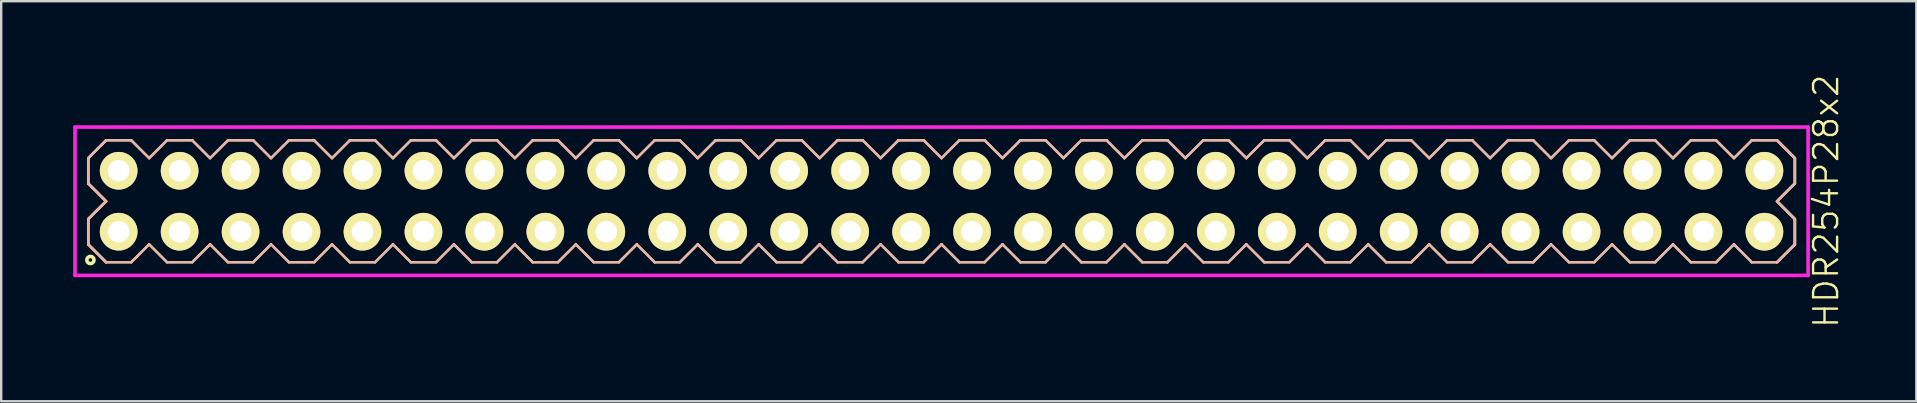
<source format=kicad_pcb>
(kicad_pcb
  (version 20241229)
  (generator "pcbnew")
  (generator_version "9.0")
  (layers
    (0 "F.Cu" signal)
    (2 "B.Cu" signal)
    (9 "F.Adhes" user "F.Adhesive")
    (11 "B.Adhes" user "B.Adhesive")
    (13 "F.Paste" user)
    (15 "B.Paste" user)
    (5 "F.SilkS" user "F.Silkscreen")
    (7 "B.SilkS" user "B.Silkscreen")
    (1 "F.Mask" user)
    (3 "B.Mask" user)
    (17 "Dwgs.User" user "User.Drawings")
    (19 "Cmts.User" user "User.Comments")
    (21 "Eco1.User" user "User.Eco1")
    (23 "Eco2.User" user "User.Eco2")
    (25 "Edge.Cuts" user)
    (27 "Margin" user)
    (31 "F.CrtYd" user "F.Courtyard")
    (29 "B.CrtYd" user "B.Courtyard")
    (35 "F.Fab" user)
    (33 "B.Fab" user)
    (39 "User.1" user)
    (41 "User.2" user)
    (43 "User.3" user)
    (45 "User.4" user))
  (footprint "HDR254P28x2"
    (layer "F.Cu")
    (at 36.185 5.336)
    (property "Reference" "HDR254P28x2" (at 36.86 0 90) (layer "F.SilkS") (effects (font (size 1 1) (thickness 0.1))))
    (attr through_hole)
    (fp_line (start -35.56 -1.796) (end -34.816 -2.54) (stroke (width 0.1) (type solid)) (layer "F.SilkS"))
    (fp_line (start -35.56 -1.796) (end -34.816 -2.54) (stroke (width 0.1) (type solid)) (layer "F.SilkS"))
    (fp_line (start -35.56 -0.744) (end -35.56 -1.796) (stroke (width 0.1) (type solid)) (layer "F.SilkS"))
    (fp_line (start -35.56 -0.744) (end -35.56 -1.796) (stroke (width 0.1) (type solid)) (layer "F.SilkS"))
    (fp_line (start -35.56 0.744) (end -34.816 0) (stroke (width 0.1) (type solid)) (layer "F.SilkS"))
    (fp_line (start -35.56 0.744) (end -34.816 0) (stroke (width 0.1) (type solid)) (layer "F.SilkS"))
    (fp_line (start -35.56 1.796) (end -35.56 0.744) (stroke (width 0.1) (type solid)) (layer "F.SilkS"))
    (fp_line (start -35.56 1.796) (end -35.56 0.744) (stroke (width 0.1) (type solid)) (layer "F.SilkS"))
    (fp_line (start -34.816 -2.54) (end -33.764 -2.54) (stroke (width 0.1) (type solid)) (layer "F.SilkS"))
    (fp_line (start -34.816 0) (end -35.56 -0.744) (stroke (width 0.1) (type solid)) (layer "F.SilkS"))
    (fp_line (start -34.816 0) (end -35.56 -0.744) (stroke (width 0.1) (type solid)) (layer "F.SilkS"))
    (fp_line (start -34.816 2.54) (end -35.56 1.796) (stroke (width 0.1) (type solid)) (layer "F.SilkS"))
    (fp_line (start -34.816 2.54) (end -35.56 1.796) (stroke (width 0.1) (type solid)) (layer "F.SilkS"))
    (fp_line (start -33.764 -2.54) (end -33.02 -1.796) (stroke (width 0.1) (type solid)) (layer "F.SilkS"))
    (fp_line (start -33.764 2.54) (end -34.816 2.54) (stroke (width 0.1) (type solid)) (layer "F.SilkS"))
    (fp_line (start -33.02 -1.796) (end -32.276 -2.54) (stroke (width 0.1) (type solid)) (layer "F.SilkS"))
    (fp_line (start -33.02 1.796) (end -33.764 2.54) (stroke (width 0.1) (type solid)) (layer "F.SilkS"))
    (fp_line (start -32.276 -2.54) (end -31.224 -2.54) (stroke (width 0.1) (type solid)) (layer "F.SilkS"))
    (fp_line (start -32.276 2.54) (end -33.02 1.796) (stroke (width 0.1) (type solid)) (layer "F.SilkS"))
    (fp_line (start -31.224 -2.54) (end -30.48 -1.796) (stroke (width 0.1) (type solid)) (layer "F.SilkS"))
    (fp_line (start -31.224 2.54) (end -32.276 2.54) (stroke (width 0.1) (type solid)) (layer "F.SilkS"))
    (fp_line (start -30.48 -1.796) (end -29.736 -2.54) (stroke (width 0.1) (type solid)) (layer "F.SilkS"))
    (fp_line (start -30.48 1.796) (end -31.224 2.54) (stroke (width 0.1) (type solid)) (layer "F.SilkS"))
    (fp_line (start -29.736 -2.54) (end -28.684 -2.54) (stroke (width 0.1) (type solid)) (layer "F.SilkS"))
    (fp_line (start -29.736 2.54) (end -30.48 1.796) (stroke (width 0.1) (type solid)) (layer "F.SilkS"))
    (fp_line (start -28.684 -2.54) (end -27.94 -1.796) (stroke (width 0.1) (type solid)) (layer "F.SilkS"))
    (fp_line (start -28.684 2.54) (end -29.736 2.54) (stroke (width 0.1) (type solid)) (layer "F.SilkS"))
    (fp_line (start -27.94 -1.796) (end -27.196 -2.54) (stroke (width 0.1) (type solid)) (layer "F.SilkS"))
    (fp_line (start -27.94 1.796) (end -28.684 2.54) (stroke (width 0.1) (type solid)) (layer "F.SilkS"))
    (fp_line (start -27.196 -2.54) (end -26.144 -2.54) (stroke (width 0.1) (type solid)) (layer "F.SilkS"))
    (fp_line (start -27.196 2.54) (end -27.94 1.796) (stroke (width 0.1) (type solid)) (layer "F.SilkS"))
    (fp_line (start -26.144 -2.54) (end -25.4 -1.796) (stroke (width 0.1) (type solid)) (layer "F.SilkS"))
    (fp_line (start -26.144 2.54) (end -27.196 2.54) (stroke (width 0.1) (type solid)) (layer "F.SilkS"))
    (fp_line (start -25.4 -1.796) (end -24.656 -2.54) (stroke (width 0.1) (type solid)) (layer "F.SilkS"))
    (fp_line (start -25.4 1.796) (end -26.144 2.54) (stroke (width 0.1) (type solid)) (layer "F.SilkS"))
    (fp_line (start -24.656 -2.54) (end -23.604 -2.54) (stroke (width 0.1) (type solid)) (layer "F.SilkS"))
    (fp_line (start -24.656 2.54) (end -25.4 1.796) (stroke (width 0.1) (type solid)) (layer "F.SilkS"))
    (fp_line (start -23.604 -2.54) (end -22.86 -1.796) (stroke (width 0.1) (type solid)) (layer "F.SilkS"))
    (fp_line (start -23.604 2.54) (end -24.656 2.54) (stroke (width 0.1) (type solid)) (layer "F.SilkS"))
    (fp_line (start -22.86 -1.796) (end -22.116 -2.54) (stroke (width 0.1) (type solid)) (layer "F.SilkS"))
    (fp_line (start -22.86 1.796) (end -23.604 2.54) (stroke (width 0.1) (type solid)) (layer "F.SilkS"))
    (fp_line (start -22.116 -2.54) (end -21.064 -2.54) (stroke (width 0.1) (type solid)) (layer "F.SilkS"))
    (fp_line (start -22.116 2.54) (end -22.86 1.796) (stroke (width 0.1) (type solid)) (layer "F.SilkS"))
    (fp_line (start -21.064 -2.54) (end -20.32 -1.796) (stroke (width 0.1) (type solid)) (layer "F.SilkS"))
    (fp_line (start -21.064 2.54) (end -22.116 2.54) (stroke (width 0.1) (type solid)) (layer "F.SilkS"))
    (fp_line (start -20.32 -1.796) (end -19.576 -2.54) (stroke (width 0.1) (type solid)) (layer "F.SilkS"))
    (fp_line (start -20.32 1.796) (end -21.064 2.54) (stroke (width 0.1) (type solid)) (layer "F.SilkS"))
    (fp_line (start -19.576 -2.54) (end -18.524 -2.54) (stroke (width 0.1) (type solid)) (layer "F.SilkS"))
    (fp_line (start -19.576 2.54) (end -20.32 1.796) (stroke (width 0.1) (type solid)) (layer "F.SilkS"))
    (fp_line (start -18.524 -2.54) (end -17.78 -1.796) (stroke (width 0.1) (type solid)) (layer "F.SilkS"))
    (fp_line (start -18.524 2.54) (end -19.576 2.54) (stroke (width 0.1) (type solid)) (layer "F.SilkS"))
    (fp_line (start -17.78 -1.796) (end -17.036 -2.54) (stroke (width 0.1) (type solid)) (layer "F.SilkS"))
    (fp_line (start -17.78 1.796) (end -18.524 2.54) (stroke (width 0.1) (type solid)) (layer "F.SilkS"))
    (fp_line (start -17.036 -2.54) (end -15.984 -2.54) (stroke (width 0.1) (type solid)) (layer "F.SilkS"))
    (fp_line (start -17.036 2.54) (end -17.78 1.796) (stroke (width 0.1) (type solid)) (layer "F.SilkS"))
    (fp_line (start -15.984 -2.54) (end -15.24 -1.796) (stroke (width 0.1) (type solid)) (layer "F.SilkS"))
    (fp_line (start -15.984 2.54) (end -17.036 2.54) (stroke (width 0.1) (type solid)) (layer "F.SilkS"))
    (fp_line (start -15.24 -1.796) (end -14.496 -2.54) (stroke (width 0.1) (type solid)) (layer "F.SilkS"))
    (fp_line (start -15.24 1.796) (end -15.984 2.54) (stroke (width 0.1) (type solid)) (layer "F.SilkS"))
    (fp_line (start -14.496 -2.54) (end -13.444 -2.54) (stroke (width 0.1) (type solid)) (layer "F.SilkS"))
    (fp_line (start -14.496 2.54) (end -15.24 1.796) (stroke (width 0.1) (type solid)) (layer "F.SilkS"))
    (fp_line (start -13.444 -2.54) (end -12.7 -1.796) (stroke (width 0.1) (type solid)) (layer "F.SilkS"))
    (fp_line (start -13.444 2.54) (end -14.496 2.54) (stroke (width 0.1) (type solid)) (layer "F.SilkS"))
    (fp_line (start -12.7 -1.796) (end -11.956 -2.54) (stroke (width 0.1) (type solid)) (layer "F.SilkS"))
    (fp_line (start -12.7 1.796) (end -13.444 2.54) (stroke (width 0.1) (type solid)) (layer "F.SilkS"))
    (fp_line (start -11.956 -2.54) (end -10.904 -2.54) (stroke (width 0.1) (type solid)) (layer "F.SilkS"))
    (fp_line (start -11.956 2.54) (end -12.7 1.796) (stroke (width 0.1) (type solid)) (layer "F.SilkS"))
    (fp_line (start -10.904 -2.54) (end -10.16 -1.796) (stroke (width 0.1) (type solid)) (layer "F.SilkS"))
    (fp_line (start -10.904 2.54) (end -11.956 2.54) (stroke (width 0.1) (type solid)) (layer "F.SilkS"))
    (fp_line (start -10.16 -1.796) (end -9.416 -2.54) (stroke (width 0.1) (type solid)) (layer "F.SilkS"))
    (fp_line (start -10.16 1.796) (end -10.904 2.54) (stroke (width 0.1) (type solid)) (layer "F.SilkS"))
    (fp_line (start -9.416 -2.54) (end -8.364 -2.54) (stroke (width 0.1) (type solid)) (layer "F.SilkS"))
    (fp_line (start -9.416 2.54) (end -10.16 1.796) (stroke (width 0.1) (type solid)) (layer "F.SilkS"))
    (fp_line (start -8.364 -2.54) (end -7.62 -1.796) (stroke (width 0.1) (type solid)) (layer "F.SilkS"))
    (fp_line (start -8.364 2.54) (end -9.416 2.54) (stroke (width 0.1) (type solid)) (layer "F.SilkS"))
    (fp_line (start -7.62 -1.796) (end -6.876 -2.54) (stroke (width 0.1) (type solid)) (layer "F.SilkS"))
    (fp_line (start -7.62 1.796) (end -8.364 2.54) (stroke (width 0.1) (type solid)) (layer "F.SilkS"))
    (fp_line (start -6.876 -2.54) (end -5.824 -2.54) (stroke (width 0.1) (type solid)) (layer "F.SilkS"))
    (fp_line (start -6.876 2.54) (end -7.62 1.796) (stroke (width 0.1) (type solid)) (layer "F.SilkS"))
    (fp_line (start -5.824 -2.54) (end -5.08 -1.796) (stroke (width 0.1) (type solid)) (layer "F.SilkS"))
    (fp_line (start -5.824 2.54) (end -6.876 2.54) (stroke (width 0.1) (type solid)) (layer "F.SilkS"))
    (fp_line (start -5.08 -1.796) (end -4.336 -2.54) (stroke (width 0.1) (type solid)) (layer "F.SilkS"))
    (fp_line (start -5.08 1.796) (end -5.824 2.54) (stroke (width 0.1) (type solid)) (layer "F.SilkS"))
    (fp_line (start -4.336 -2.54) (end -3.284 -2.54) (stroke (width 0.1) (type solid)) (layer "F.SilkS"))
    (fp_line (start -4.336 2.54) (end -5.08 1.796) (stroke (width 0.1) (type solid)) (layer "F.SilkS"))
    (fp_line (start -3.284 -2.54) (end -2.54 -1.796) (stroke (width 0.1) (type solid)) (layer "F.SilkS"))
    (fp_line (start -3.284 2.54) (end -4.336 2.54) (stroke (width 0.1) (type solid)) (layer "F.SilkS"))
    (fp_line (start -2.54 -1.796) (end -1.796 -2.54) (stroke (width 0.1) (type solid)) (layer "F.SilkS"))
    (fp_line (start -2.54 1.796) (end -3.284 2.54) (stroke (width 0.1) (type solid)) (layer "F.SilkS"))
    (fp_line (start -1.796 -2.54) (end -0.744 -2.54) (stroke (width 0.1) (type solid)) (layer "F.SilkS"))
    (fp_line (start -1.796 2.54) (end -2.54 1.796) (stroke (width 0.1) (type solid)) (layer "F.SilkS"))
    (fp_line (start -0.744 -2.54) (end 0 -1.796) (stroke (width 0.1) (type solid)) (layer "F.SilkS"))
    (fp_line (start -0.744 2.54) (end -1.796 2.54) (stroke (width 0.1) (type solid)) (layer "F.SilkS"))
    (fp_line (start 0 -1.796) (end 0.744 -2.54) (stroke (width 0.1) (type solid)) (layer "F.SilkS"))
    (fp_line (start 0 1.796) (end -0.744 2.54) (stroke (width 0.1) (type solid)) (layer "F.SilkS"))
    (fp_line (start 0.744 -2.54) (end 1.796 -2.54) (stroke (width 0.1) (type solid)) (layer "F.SilkS"))
    (fp_line (start 0.744 2.54) (end 0 1.796) (stroke (width 0.1) (type solid)) (layer "F.SilkS"))
    (fp_line (start 1.796 -2.54) (end 2.54 -1.796) (stroke (width 0.1) (type solid)) (layer "F.SilkS"))
    (fp_line (start 1.796 2.54) (end 0.744 2.54) (stroke (width 0.1) (type solid)) (layer "F.SilkS"))
    (fp_line (start 2.54 -1.796) (end 3.284 -2.54) (stroke (width 0.1) (type solid)) (layer "F.SilkS"))
    (fp_line (start 2.54 1.796) (end 1.796 2.54) (stroke (width 0.1) (type solid)) (layer "F.SilkS"))
    (fp_line (start 3.284 -2.54) (end 4.336 -2.54) (stroke (width 0.1) (type solid)) (layer "F.SilkS"))
    (fp_line (start 3.284 2.54) (end 2.54 1.796) (stroke (width 0.1) (type solid)) (layer "F.SilkS"))
    (fp_line (start 4.336 -2.54) (end 5.08 -1.796) (stroke (width 0.1) (type solid)) (layer "F.SilkS"))
    (fp_line (start 4.336 2.54) (end 3.284 2.54) (stroke (width 0.1) (type solid)) (layer "F.SilkS"))
    (fp_line (start 5.08 -1.796) (end 5.824 -2.54) (stroke (width 0.1) (type solid)) (layer "F.SilkS"))
    (fp_line (start 5.08 1.796) (end 4.336 2.54) (stroke (width 0.1) (type solid)) (layer "F.SilkS"))
    (fp_line (start 5.824 -2.54) (end 6.876 -2.54) (stroke (width 0.1) (type solid)) (layer "F.SilkS"))
    (fp_line (start 5.824 2.54) (end 5.08 1.796) (stroke (width 0.1) (type solid)) (layer "F.SilkS"))
    (fp_line (start 6.876 -2.54) (end 7.62 -1.796) (stroke (width 0.1) (type solid)) (layer "F.SilkS"))
    (fp_line (start 6.876 2.54) (end 5.824 2.54) (stroke (width 0.1) (type solid)) (layer "F.SilkS"))
    (fp_line (start 7.62 -1.796) (end 8.364 -2.54) (stroke (width 0.1) (type solid)) (layer "F.SilkS"))
    (fp_line (start 7.62 1.796) (end 6.876 2.54) (stroke (width 0.1) (type solid)) (layer "F.SilkS"))
    (fp_line (start 8.364 -2.54) (end 9.416 -2.54) (stroke (width 0.1) (type solid)) (layer "F.SilkS"))
    (fp_line (start 8.364 2.54) (end 7.62 1.796) (stroke (width 0.1) (type solid)) (layer "F.SilkS"))
    (fp_line (start 9.416 -2.54) (end 10.16 -1.796) (stroke (width 0.1) (type solid)) (layer "F.SilkS"))
    (fp_line (start 9.416 2.54) (end 8.364 2.54) (stroke (width 0.1) (type solid)) (layer "F.SilkS"))
    (fp_line (start 10.16 -1.796) (end 10.904 -2.54) (stroke (width 0.1) (type solid)) (layer "F.SilkS"))
    (fp_line (start 10.16 1.796) (end 9.416 2.54) (stroke (width 0.1) (type solid)) (layer "F.SilkS"))
    (fp_line (start 10.904 -2.54) (end 11.956 -2.54) (stroke (width 0.1) (type solid)) (layer "F.SilkS"))
    (fp_line (start 10.904 2.54) (end 10.16 1.796) (stroke (width 0.1) (type solid)) (layer "F.SilkS"))
    (fp_line (start 11.956 -2.54) (end 12.7 -1.796) (stroke (width 0.1) (type solid)) (layer "F.SilkS"))
    (fp_line (start 11.956 2.54) (end 10.904 2.54) (stroke (width 0.1) (type solid)) (layer "F.SilkS"))
    (fp_line (start 12.7 -1.796) (end 13.444 -2.54) (stroke (width 0.1) (type solid)) (layer "F.SilkS"))
    (fp_line (start 12.7 1.796) (end 11.956 2.54) (stroke (width 0.1) (type solid)) (layer "F.SilkS"))
    (fp_line (start 13.444 -2.54) (end 14.496 -2.54) (stroke (width 0.1) (type solid)) (layer "F.SilkS"))
    (fp_line (start 13.444 2.54) (end 12.7 1.796) (stroke (width 0.1) (type solid)) (layer "F.SilkS"))
    (fp_line (start 14.496 -2.54) (end 15.24 -1.796) (stroke (width 0.1) (type solid)) (layer "F.SilkS"))
    (fp_line (start 14.496 2.54) (end 13.444 2.54) (stroke (width 0.1) (type solid)) (layer "F.SilkS"))
    (fp_line (start 15.24 -1.796) (end 15.984 -2.54) (stroke (width 0.1) (type solid)) (layer "F.SilkS"))
    (fp_line (start 15.24 1.796) (end 14.496 2.54) (stroke (width 0.1) (type solid)) (layer "F.SilkS"))
    (fp_line (start 15.984 -2.54) (end 17.036 -2.54) (stroke (width 0.1) (type solid)) (layer "F.SilkS"))
    (fp_line (start 15.984 2.54) (end 15.24 1.796) (stroke (width 0.1) (type solid)) (layer "F.SilkS"))
    (fp_line (start 17.036 -2.54) (end 17.78 -1.796) (stroke (width 0.1) (type solid)) (layer "F.SilkS"))
    (fp_line (start 17.036 2.54) (end 15.984 2.54) (stroke (width 0.1) (type solid)) (layer "F.SilkS"))
    (fp_line (start 17.78 -1.796) (end 18.524 -2.54) (stroke (width 0.1) (type solid)) (layer "F.SilkS"))
    (fp_line (start 17.78 1.796) (end 17.036 2.54) (stroke (width 0.1) (type solid)) (layer "F.SilkS"))
    (fp_line (start 18.524 -2.54) (end 19.576 -2.54) (stroke (width 0.1) (type solid)) (layer "F.SilkS"))
    (fp_line (start 18.524 2.54) (end 17.78 1.796) (stroke (width 0.1) (type solid)) (layer "F.SilkS"))
    (fp_line (start 19.576 -2.54) (end 20.32 -1.796) (stroke (width 0.1) (type solid)) (layer "F.SilkS"))
    (fp_line (start 19.576 2.54) (end 18.524 2.54) (stroke (width 0.1) (type solid)) (layer "F.SilkS"))
    (fp_line (start 20.32 -1.796) (end 21.064 -2.54) (stroke (width 0.1) (type solid)) (layer "F.SilkS"))
    (fp_line (start 20.32 1.796) (end 19.576 2.54) (stroke (width 0.1) (type solid)) (layer "F.SilkS"))
    (fp_line (start 21.064 -2.54) (end 22.116 -2.54) (stroke (width 0.1) (type solid)) (layer "F.SilkS"))
    (fp_line (start 21.064 2.54) (end 20.32 1.796) (stroke (width 0.1) (type solid)) (layer "F.SilkS"))
    (fp_line (start 22.116 -2.54) (end 22.86 -1.796) (stroke (width 0.1) (type solid)) (layer "F.SilkS"))
    (fp_line (start 22.116 2.54) (end 21.064 2.54) (stroke (width 0.1) (type solid)) (layer "F.SilkS"))
    (fp_line (start 22.86 -1.796) (end 23.604 -2.54) (stroke (width 0.1) (type solid)) (layer "F.SilkS"))
    (fp_line (start 22.86 1.796) (end 22.116 2.54) (stroke (width 0.1) (type solid)) (layer "F.SilkS"))
    (fp_line (start 23.604 -2.54) (end 24.656 -2.54) (stroke (width 0.1) (type solid)) (layer "F.SilkS"))
    (fp_line (start 23.604 2.54) (end 22.86 1.796) (stroke (width 0.1) (type solid)) (layer "F.SilkS"))
    (fp_line (start 24.656 -2.54) (end 25.4 -1.796) (stroke (width 0.1) (type solid)) (layer "F.SilkS"))
    (fp_line (start 24.656 2.54) (end 23.604 2.54) (stroke (width 0.1) (type solid)) (layer "F.SilkS"))
    (fp_line (start 25.4 -1.796) (end 26.144 -2.54) (stroke (width 0.1) (type solid)) (layer "F.SilkS"))
    (fp_line (start 25.4 1.796) (end 24.656 2.54) (stroke (width 0.1) (type solid)) (layer "F.SilkS"))
    (fp_line (start 26.144 -2.54) (end 27.196 -2.54) (stroke (width 0.1) (type solid)) (layer "F.SilkS"))
    (fp_line (start 26.144 2.54) (end 25.4 1.796) (stroke (width 0.1) (type solid)) (layer "F.SilkS"))
    (fp_line (start 27.196 -2.54) (end 27.94 -1.796) (stroke (width 0.1) (type solid)) (layer "F.SilkS"))
    (fp_line (start 27.196 2.54) (end 26.144 2.54) (stroke (width 0.1) (type solid)) (layer "F.SilkS"))
    (fp_line (start 27.94 -1.796) (end 28.684 -2.54) (stroke (width 0.1) (type solid)) (layer "F.SilkS"))
    (fp_line (start 27.94 1.796) (end 27.196 2.54) (stroke (width 0.1) (type solid)) (layer "F.SilkS"))
    (fp_line (start 28.684 -2.54) (end 29.736 -2.54) (stroke (width 0.1) (type solid)) (layer "F.SilkS"))
    (fp_line (start 28.684 2.54) (end 27.94 1.796) (stroke (width 0.1) (type solid)) (layer "F.SilkS"))
    (fp_line (start 29.736 -2.54) (end 30.48 -1.796) (stroke (width 0.1) (type solid)) (layer "F.SilkS"))
    (fp_line (start 29.736 2.54) (end 28.684 2.54) (stroke (width 0.1) (type solid)) (layer "F.SilkS"))
    (fp_line (start 30.48 -1.796) (end 31.224 -2.54) (stroke (width 0.1) (type solid)) (layer "F.SilkS"))
    (fp_line (start 30.48 1.796) (end 29.736 2.54) (stroke (width 0.1) (type solid)) (layer "F.SilkS"))
    (fp_line (start 31.224 -2.54) (end 32.276 -2.54) (stroke (width 0.1) (type solid)) (layer "F.SilkS"))
    (fp_line (start 31.224 2.54) (end 30.48 1.796) (stroke (width 0.1) (type solid)) (layer "F.SilkS"))
    (fp_line (start 32.276 -2.54) (end 33.02 -1.796) (stroke (width 0.1) (type solid)) (layer "F.SilkS"))
    (fp_line (start 32.276 2.54) (end 31.224 2.54) (stroke (width 0.1) (type solid)) (layer "F.SilkS"))
    (fp_line (start 33.02 -1.796) (end 33.764 -2.54) (stroke (width 0.1) (type solid)) (layer "F.SilkS"))
    (fp_line (start 33.02 1.796) (end 32.276 2.54) (stroke (width 0.1) (type solid)) (layer "F.SilkS"))
    (fp_line (start 33.764 -2.54) (end 34.816 -2.54) (stroke (width 0.1) (type solid)) (layer "F.SilkS"))
    (fp_line (start 33.764 2.54) (end 33.02 1.796) (stroke (width 0.1) (type solid)) (layer "F.SilkS"))
    (fp_line (start 34.816 -2.54) (end 35.56 -1.796) (stroke (width 0.1) (type solid)) (layer "F.SilkS"))
    (fp_line (start 34.816 -2.54) (end 35.56 -1.796) (stroke (width 0.1) (type solid)) (layer "F.SilkS"))
    (fp_line (start 34.816 0) (end 35.56 0.744) (stroke (width 0.1) (type solid)) (layer "F.SilkS"))
    (fp_line (start 34.816 0) (end 35.56 0.744) (stroke (width 0.1) (type solid)) (layer "F.SilkS"))
    (fp_line (start 34.816 2.54) (end 33.764 2.54) (stroke (width 0.1) (type solid)) (layer "F.SilkS"))
    (fp_line (start 35.56 -1.796) (end 35.56 -0.744) (stroke (width 0.1) (type solid)) (layer "F.SilkS"))
    (fp_line (start 35.56 -1.796) (end 35.56 -0.744) (stroke (width 0.1) (type solid)) (layer "F.SilkS"))
    (fp_line (start 35.56 -0.744) (end 34.816 0) (stroke (width 0.1) (type solid)) (layer "F.SilkS"))
    (fp_line (start 35.56 -0.744) (end 34.816 0) (stroke (width 0.1) (type solid)) (layer "F.SilkS"))
    (fp_line (start 35.56 0.744) (end 35.56 1.796) (stroke (width 0.1) (type solid)) (layer "F.SilkS"))
    (fp_line (start 35.56 0.744) (end 35.56 1.796) (stroke (width 0.1) (type solid)) (layer "F.SilkS"))
    (fp_line (start 35.56 1.796) (end 34.816 2.54) (stroke (width 0.1) (type solid)) (layer "F.SilkS"))
    (fp_line (start 35.56 1.796) (end 34.816 2.54) (stroke (width 0.1) (type solid)) (layer "F.SilkS"))
    (fp_circle (center -35.467 2.448) (end -35.317 2.448) (stroke (width 0.15) (type solid)) (fill no) (layer "F.SilkS"))
    (fp_line (start -35.56 -1.796) (end -34.816 -2.54) (stroke (width 0.1) (type solid)) (layer "B.SilkS"))
    (fp_line (start -35.56 -1.796) (end -34.816 -2.54) (stroke (width 0.1) (type solid)) (layer "B.SilkS"))
    (fp_line (start -35.56 -0.744) (end -35.56 -1.796) (stroke (width 0.1) (type solid)) (layer "B.SilkS"))
    (fp_line (start -35.56 -0.744) (end -35.56 -1.796) (stroke (width 0.1) (type solid)) (layer "B.SilkS"))
    (fp_line (start -35.56 0.744) (end -34.816 0) (stroke (width 0.1) (type solid)) (layer "B.SilkS"))
    (fp_line (start -35.56 0.744) (end -34.816 0) (stroke (width 0.1) (type solid)) (layer "B.SilkS"))
    (fp_line (start -35.56 1.796) (end -35.56 0.744) (stroke (width 0.1) (type solid)) (layer "B.SilkS"))
    (fp_line (start -35.56 1.796) (end -35.56 0.744) (stroke (width 0.1) (type solid)) (layer "B.SilkS"))
    (fp_line (start -34.816 -2.54) (end -33.764 -2.54) (stroke (width 0.1) (type solid)) (layer "B.SilkS"))
    (fp_line (start -34.816 0) (end -35.56 -0.744) (stroke (width 0.1) (type solid)) (layer "B.SilkS"))
    (fp_line (start -34.816 0) (end -35.56 -0.744) (stroke (width 0.1) (type solid)) (layer "B.SilkS"))
    (fp_line (start -34.816 2.54) (end -35.56 1.796) (stroke (width 0.1) (type solid)) (layer "B.SilkS"))
    (fp_line (start -34.816 2.54) (end -35.56 1.796) (stroke (width 0.1) (type solid)) (layer "B.SilkS"))
    (fp_line (start -33.764 -2.54) (end -33.02 -1.796) (stroke (width 0.1) (type solid)) (layer "B.SilkS"))
    (fp_line (start -33.764 2.54) (end -34.816 2.54) (stroke (width 0.1) (type solid)) (layer "B.SilkS"))
    (fp_line (start -33.02 -1.796) (end -32.276 -2.54) (stroke (width 0.1) (type solid)) (layer "B.SilkS"))
    (fp_line (start -33.02 1.796) (end -33.764 2.54) (stroke (width 0.1) (type solid)) (layer "B.SilkS"))
    (fp_line (start -32.276 -2.54) (end -31.224 -2.54) (stroke (width 0.1) (type solid)) (layer "B.SilkS"))
    (fp_line (start -32.276 2.54) (end -33.02 1.796) (stroke (width 0.1) (type solid)) (layer "B.SilkS"))
    (fp_line (start -31.224 -2.54) (end -30.48 -1.796) (stroke (width 0.1) (type solid)) (layer "B.SilkS"))
    (fp_line (start -31.224 2.54) (end -32.276 2.54) (stroke (width 0.1) (type solid)) (layer "B.SilkS"))
    (fp_line (start -30.48 -1.796) (end -29.736 -2.54) (stroke (width 0.1) (type solid)) (layer "B.SilkS"))
    (fp_line (start -30.48 1.796) (end -31.224 2.54) (stroke (width 0.1) (type solid)) (layer "B.SilkS"))
    (fp_line (start -29.736 -2.54) (end -28.684 -2.54) (stroke (width 0.1) (type solid)) (layer "B.SilkS"))
    (fp_line (start -29.736 2.54) (end -30.48 1.796) (stroke (width 0.1) (type solid)) (layer "B.SilkS"))
    (fp_line (start -28.684 -2.54) (end -27.94 -1.796) (stroke (width 0.1) (type solid)) (layer "B.SilkS"))
    (fp_line (start -28.684 2.54) (end -29.736 2.54) (stroke (width 0.1) (type solid)) (layer "B.SilkS"))
    (fp_line (start -27.94 -1.796) (end -27.196 -2.54) (stroke (width 0.1) (type solid)) (layer "B.SilkS"))
    (fp_line (start -27.94 1.796) (end -28.684 2.54) (stroke (width 0.1) (type solid)) (layer "B.SilkS"))
    (fp_line (start -27.196 -2.54) (end -26.144 -2.54) (stroke (width 0.1) (type solid)) (layer "B.SilkS"))
    (fp_line (start -27.196 2.54) (end -27.94 1.796) (stroke (width 0.1) (type solid)) (layer "B.SilkS"))
    (fp_line (start -26.144 -2.54) (end -25.4 -1.796) (stroke (width 0.1) (type solid)) (layer "B.SilkS"))
    (fp_line (start -26.144 2.54) (end -27.196 2.54) (stroke (width 0.1) (type solid)) (layer "B.SilkS"))
    (fp_line (start -25.4 -1.796) (end -24.656 -2.54) (stroke (width 0.1) (type solid)) (layer "B.SilkS"))
    (fp_line (start -25.4 1.796) (end -26.144 2.54) (stroke (width 0.1) (type solid)) (layer "B.SilkS"))
    (fp_line (start -24.656 -2.54) (end -23.604 -2.54) (stroke (width 0.1) (type solid)) (layer "B.SilkS"))
    (fp_line (start -24.656 2.54) (end -25.4 1.796) (stroke (width 0.1) (type solid)) (layer "B.SilkS"))
    (fp_line (start -23.604 -2.54) (end -22.86 -1.796) (stroke (width 0.1) (type solid)) (layer "B.SilkS"))
    (fp_line (start -23.604 2.54) (end -24.656 2.54) (stroke (width 0.1) (type solid)) (layer "B.SilkS"))
    (fp_line (start -22.86 -1.796) (end -22.116 -2.54) (stroke (width 0.1) (type solid)) (layer "B.SilkS"))
    (fp_line (start -22.86 1.796) (end -23.604 2.54) (stroke (width 0.1) (type solid)) (layer "B.SilkS"))
    (fp_line (start -22.116 -2.54) (end -21.064 -2.54) (stroke (width 0.1) (type solid)) (layer "B.SilkS"))
    (fp_line (start -22.116 2.54) (end -22.86 1.796) (stroke (width 0.1) (type solid)) (layer "B.SilkS"))
    (fp_line (start -21.064 -2.54) (end -20.32 -1.796) (stroke (width 0.1) (type solid)) (layer "B.SilkS"))
    (fp_line (start -21.064 2.54) (end -22.116 2.54) (stroke (width 0.1) (type solid)) (layer "B.SilkS"))
    (fp_line (start -20.32 -1.796) (end -19.576 -2.54) (stroke (width 0.1) (type solid)) (layer "B.SilkS"))
    (fp_line (start -20.32 1.796) (end -21.064 2.54) (stroke (width 0.1) (type solid)) (layer "B.SilkS"))
    (fp_line (start -19.576 -2.54) (end -18.524 -2.54) (stroke (width 0.1) (type solid)) (layer "B.SilkS"))
    (fp_line (start -19.576 2.54) (end -20.32 1.796) (stroke (width 0.1) (type solid)) (layer "B.SilkS"))
    (fp_line (start -18.524 -2.54) (end -17.78 -1.796) (stroke (width 0.1) (type solid)) (layer "B.SilkS"))
    (fp_line (start -18.524 2.54) (end -19.576 2.54) (stroke (width 0.1) (type solid)) (layer "B.SilkS"))
    (fp_line (start -17.78 -1.796) (end -17.036 -2.54) (stroke (width 0.1) (type solid)) (layer "B.SilkS"))
    (fp_line (start -17.78 1.796) (end -18.524 2.54) (stroke (width 0.1) (type solid)) (layer "B.SilkS"))
    (fp_line (start -17.036 -2.54) (end -15.984 -2.54) (stroke (width 0.1) (type solid)) (layer "B.SilkS"))
    (fp_line (start -17.036 2.54) (end -17.78 1.796) (stroke (width 0.1) (type solid)) (layer "B.SilkS"))
    (fp_line (start -15.984 -2.54) (end -15.24 -1.796) (stroke (width 0.1) (type solid)) (layer "B.SilkS"))
    (fp_line (start -15.984 2.54) (end -17.036 2.54) (stroke (width 0.1) (type solid)) (layer "B.SilkS"))
    (fp_line (start -15.24 -1.796) (end -14.496 -2.54) (stroke (width 0.1) (type solid)) (layer "B.SilkS"))
    (fp_line (start -15.24 1.796) (end -15.984 2.54) (stroke (width 0.1) (type solid)) (layer "B.SilkS"))
    (fp_line (start -14.496 -2.54) (end -13.444 -2.54) (stroke (width 0.1) (type solid)) (layer "B.SilkS"))
    (fp_line (start -14.496 2.54) (end -15.24 1.796) (stroke (width 0.1) (type solid)) (layer "B.SilkS"))
    (fp_line (start -13.444 -2.54) (end -12.7 -1.796) (stroke (width 0.1) (type solid)) (layer "B.SilkS"))
    (fp_line (start -13.444 2.54) (end -14.496 2.54) (stroke (width 0.1) (type solid)) (layer "B.SilkS"))
    (fp_line (start -12.7 -1.796) (end -11.956 -2.54) (stroke (width 0.1) (type solid)) (layer "B.SilkS"))
    (fp_line (start -12.7 1.796) (end -13.444 2.54) (stroke (width 0.1) (type solid)) (layer "B.SilkS"))
    (fp_line (start -11.956 -2.54) (end -10.904 -2.54) (stroke (width 0.1) (type solid)) (layer "B.SilkS"))
    (fp_line (start -11.956 2.54) (end -12.7 1.796) (stroke (width 0.1) (type solid)) (layer "B.SilkS"))
    (fp_line (start -10.904 -2.54) (end -10.16 -1.796) (stroke (width 0.1) (type solid)) (layer "B.SilkS"))
    (fp_line (start -10.904 2.54) (end -11.956 2.54) (stroke (width 0.1) (type solid)) (layer "B.SilkS"))
    (fp_line (start -10.16 -1.796) (end -9.416 -2.54) (stroke (width 0.1) (type solid)) (layer "B.SilkS"))
    (fp_line (start -10.16 1.796) (end -10.904 2.54) (stroke (width 0.1) (type solid)) (layer "B.SilkS"))
    (fp_line (start -9.416 -2.54) (end -8.364 -2.54) (stroke (width 0.1) (type solid)) (layer "B.SilkS"))
    (fp_line (start -9.416 2.54) (end -10.16 1.796) (stroke (width 0.1) (type solid)) (layer "B.SilkS"))
    (fp_line (start -8.364 -2.54) (end -7.62 -1.796) (stroke (width 0.1) (type solid)) (layer "B.SilkS"))
    (fp_line (start -8.364 2.54) (end -9.416 2.54) (stroke (width 0.1) (type solid)) (layer "B.SilkS"))
    (fp_line (start -7.62 -1.796) (end -6.876 -2.54) (stroke (width 0.1) (type solid)) (layer "B.SilkS"))
    (fp_line (start -7.62 1.796) (end -8.364 2.54) (stroke (width 0.1) (type solid)) (layer "B.SilkS"))
    (fp_line (start -6.876 -2.54) (end -5.824 -2.54) (stroke (width 0.1) (type solid)) (layer "B.SilkS"))
    (fp_line (start -6.876 2.54) (end -7.62 1.796) (stroke (width 0.1) (type solid)) (layer "B.SilkS"))
    (fp_line (start -5.824 -2.54) (end -5.08 -1.796) (stroke (width 0.1) (type solid)) (layer "B.SilkS"))
    (fp_line (start -5.824 2.54) (end -6.876 2.54) (stroke (width 0.1) (type solid)) (layer "B.SilkS"))
    (fp_line (start -5.08 -1.796) (end -4.336 -2.54) (stroke (width 0.1) (type solid)) (layer "B.SilkS"))
    (fp_line (start -5.08 1.796) (end -5.824 2.54) (stroke (width 0.1) (type solid)) (layer "B.SilkS"))
    (fp_line (start -4.336 -2.54) (end -3.284 -2.54) (stroke (width 0.1) (type solid)) (layer "B.SilkS"))
    (fp_line (start -4.336 2.54) (end -5.08 1.796) (stroke (width 0.1) (type solid)) (layer "B.SilkS"))
    (fp_line (start -3.284 -2.54) (end -2.54 -1.796) (stroke (width 0.1) (type solid)) (layer "B.SilkS"))
    (fp_line (start -3.284 2.54) (end -4.336 2.54) (stroke (width 0.1) (type solid)) (layer "B.SilkS"))
    (fp_line (start -2.54 -1.796) (end -1.796 -2.54) (stroke (width 0.1) (type solid)) (layer "B.SilkS"))
    (fp_line (start -2.54 1.796) (end -3.284 2.54) (stroke (width 0.1) (type solid)) (layer "B.SilkS"))
    (fp_line (start -1.796 -2.54) (end -0.744 -2.54) (stroke (width 0.1) (type solid)) (layer "B.SilkS"))
    (fp_line (start -1.796 2.54) (end -2.54 1.796) (stroke (width 0.1) (type solid)) (layer "B.SilkS"))
    (fp_line (start -0.744 -2.54) (end 0 -1.796) (stroke (width 0.1) (type solid)) (layer "B.SilkS"))
    (fp_line (start -0.744 2.54) (end -1.796 2.54) (stroke (width 0.1) (type solid)) (layer "B.SilkS"))
    (fp_line (start 0 -1.796) (end 0.744 -2.54) (stroke (width 0.1) (type solid)) (layer "B.SilkS"))
    (fp_line (start 0 1.796) (end -0.744 2.54) (stroke (width 0.1) (type solid)) (layer "B.SilkS"))
    (fp_line (start 0.744 -2.54) (end 1.796 -2.54) (stroke (width 0.1) (type solid)) (layer "B.SilkS"))
    (fp_line (start 0.744 2.54) (end 0 1.796) (stroke (width 0.1) (type solid)) (layer "B.SilkS"))
    (fp_line (start 1.796 -2.54) (end 2.54 -1.796) (stroke (width 0.1) (type solid)) (layer "B.SilkS"))
    (fp_line (start 1.796 2.54) (end 0.744 2.54) (stroke (width 0.1) (type solid)) (layer "B.SilkS"))
    (fp_line (start 2.54 -1.796) (end 3.284 -2.54) (stroke (width 0.1) (type solid)) (layer "B.SilkS"))
    (fp_line (start 2.54 1.796) (end 1.796 2.54) (stroke (width 0.1) (type solid)) (layer "B.SilkS"))
    (fp_line (start 3.284 -2.54) (end 4.336 -2.54) (stroke (width 0.1) (type solid)) (layer "B.SilkS"))
    (fp_line (start 3.284 2.54) (end 2.54 1.796) (stroke (width 0.1) (type solid)) (layer "B.SilkS"))
    (fp_line (start 4.336 -2.54) (end 5.08 -1.796) (stroke (width 0.1) (type solid)) (layer "B.SilkS"))
    (fp_line (start 4.336 2.54) (end 3.284 2.54) (stroke (width 0.1) (type solid)) (layer "B.SilkS"))
    (fp_line (start 5.08 -1.796) (end 5.824 -2.54) (stroke (width 0.1) (type solid)) (layer "B.SilkS"))
    (fp_line (start 5.08 1.796) (end 4.336 2.54) (stroke (width 0.1) (type solid)) (layer "B.SilkS"))
    (fp_line (start 5.824 -2.54) (end 6.876 -2.54) (stroke (width 0.1) (type solid)) (layer "B.SilkS"))
    (fp_line (start 5.824 2.54) (end 5.08 1.796) (stroke (width 0.1) (type solid)) (layer "B.SilkS"))
    (fp_line (start 6.876 -2.54) (end 7.62 -1.796) (stroke (width 0.1) (type solid)) (layer "B.SilkS"))
    (fp_line (start 6.876 2.54) (end 5.824 2.54) (stroke (width 0.1) (type solid)) (layer "B.SilkS"))
    (fp_line (start 7.62 -1.796) (end 8.364 -2.54) (stroke (width 0.1) (type solid)) (layer "B.SilkS"))
    (fp_line (start 7.62 1.796) (end 6.876 2.54) (stroke (width 0.1) (type solid)) (layer "B.SilkS"))
    (fp_line (start 8.364 -2.54) (end 9.416 -2.54) (stroke (width 0.1) (type solid)) (layer "B.SilkS"))
    (fp_line (start 8.364 2.54) (end 7.62 1.796) (stroke (width 0.1) (type solid)) (layer "B.SilkS"))
    (fp_line (start 9.416 -2.54) (end 10.16 -1.796) (stroke (width 0.1) (type solid)) (layer "B.SilkS"))
    (fp_line (start 9.416 2.54) (end 8.364 2.54) (stroke (width 0.1) (type solid)) (layer "B.SilkS"))
    (fp_line (start 10.16 -1.796) (end 10.904 -2.54) (stroke (width 0.1) (type solid)) (layer "B.SilkS"))
    (fp_line (start 10.16 1.796) (end 9.416 2.54) (stroke (width 0.1) (type solid)) (layer "B.SilkS"))
    (fp_line (start 10.904 -2.54) (end 11.956 -2.54) (stroke (width 0.1) (type solid)) (layer "B.SilkS"))
    (fp_line (start 10.904 2.54) (end 10.16 1.796) (stroke (width 0.1) (type solid)) (layer "B.SilkS"))
    (fp_line (start 11.956 -2.54) (end 12.7 -1.796) (stroke (width 0.1) (type solid)) (layer "B.SilkS"))
    (fp_line (start 11.956 2.54) (end 10.904 2.54) (stroke (width 0.1) (type solid)) (layer "B.SilkS"))
    (fp_line (start 12.7 -1.796) (end 13.444 -2.54) (stroke (width 0.1) (type solid)) (layer "B.SilkS"))
    (fp_line (start 12.7 1.796) (end 11.956 2.54) (stroke (width 0.1) (type solid)) (layer "B.SilkS"))
    (fp_line (start 13.444 -2.54) (end 14.496 -2.54) (stroke (width 0.1) (type solid)) (layer "B.SilkS"))
    (fp_line (start 13.444 2.54) (end 12.7 1.796) (stroke (width 0.1) (type solid)) (layer "B.SilkS"))
    (fp_line (start 14.496 -2.54) (end 15.24 -1.796) (stroke (width 0.1) (type solid)) (layer "B.SilkS"))
    (fp_line (start 14.496 2.54) (end 13.444 2.54) (stroke (width 0.1) (type solid)) (layer "B.SilkS"))
    (fp_line (start 15.24 -1.796) (end 15.984 -2.54) (stroke (width 0.1) (type solid)) (layer "B.SilkS"))
    (fp_line (start 15.24 1.796) (end 14.496 2.54) (stroke (width 0.1) (type solid)) (layer "B.SilkS"))
    (fp_line (start 15.984 -2.54) (end 17.036 -2.54) (stroke (width 0.1) (type solid)) (layer "B.SilkS"))
    (fp_line (start 15.984 2.54) (end 15.24 1.796) (stroke (width 0.1) (type solid)) (layer "B.SilkS"))
    (fp_line (start 17.036 -2.54) (end 17.78 -1.796) (stroke (width 0.1) (type solid)) (layer "B.SilkS"))
    (fp_line (start 17.036 2.54) (end 15.984 2.54) (stroke (width 0.1) (type solid)) (layer "B.SilkS"))
    (fp_line (start 17.78 -1.796) (end 18.524 -2.54) (stroke (width 0.1) (type solid)) (layer "B.SilkS"))
    (fp_line (start 17.78 1.796) (end 17.036 2.54) (stroke (width 0.1) (type solid)) (layer "B.SilkS"))
    (fp_line (start 18.524 -2.54) (end 19.576 -2.54) (stroke (width 0.1) (type solid)) (layer "B.SilkS"))
    (fp_line (start 18.524 2.54) (end 17.78 1.796) (stroke (width 0.1) (type solid)) (layer "B.SilkS"))
    (fp_line (start 19.576 -2.54) (end 20.32 -1.796) (stroke (width 0.1) (type solid)) (layer "B.SilkS"))
    (fp_line (start 19.576 2.54) (end 18.524 2.54) (stroke (width 0.1) (type solid)) (layer "B.SilkS"))
    (fp_line (start 20.32 -1.796) (end 21.064 -2.54) (stroke (width 0.1) (type solid)) (layer "B.SilkS"))
    (fp_line (start 20.32 1.796) (end 19.576 2.54) (stroke (width 0.1) (type solid)) (layer "B.SilkS"))
    (fp_line (start 21.064 -2.54) (end 22.116 -2.54) (stroke (width 0.1) (type solid)) (layer "B.SilkS"))
    (fp_line (start 21.064 2.54) (end 20.32 1.796) (stroke (width 0.1) (type solid)) (layer "B.SilkS"))
    (fp_line (start 22.116 -2.54) (end 22.86 -1.796) (stroke (width 0.1) (type solid)) (layer "B.SilkS"))
    (fp_line (start 22.116 2.54) (end 21.064 2.54) (stroke (width 0.1) (type solid)) (layer "B.SilkS"))
    (fp_line (start 22.86 -1.796) (end 23.604 -2.54) (stroke (width 0.1) (type solid)) (layer "B.SilkS"))
    (fp_line (start 22.86 1.796) (end 22.116 2.54) (stroke (width 0.1) (type solid)) (layer "B.SilkS"))
    (fp_line (start 23.604 -2.54) (end 24.656 -2.54) (stroke (width 0.1) (type solid)) (layer "B.SilkS"))
    (fp_line (start 23.604 2.54) (end 22.86 1.796) (stroke (width 0.1) (type solid)) (layer "B.SilkS"))
    (fp_line (start 24.656 -2.54) (end 25.4 -1.796) (stroke (width 0.1) (type solid)) (layer "B.SilkS"))
    (fp_line (start 24.656 2.54) (end 23.604 2.54) (stroke (width 0.1) (type solid)) (layer "B.SilkS"))
    (fp_line (start 25.4 -1.796) (end 26.144 -2.54) (stroke (width 0.1) (type solid)) (layer "B.SilkS"))
    (fp_line (start 25.4 1.796) (end 24.656 2.54) (stroke (width 0.1) (type solid)) (layer "B.SilkS"))
    (fp_line (start 26.144 -2.54) (end 27.196 -2.54) (stroke (width 0.1) (type solid)) (layer "B.SilkS"))
    (fp_line (start 26.144 2.54) (end 25.4 1.796) (stroke (width 0.1) (type solid)) (layer "B.SilkS"))
    (fp_line (start 27.196 -2.54) (end 27.94 -1.796) (stroke (width 0.1) (type solid)) (layer "B.SilkS"))
    (fp_line (start 27.196 2.54) (end 26.144 2.54) (stroke (width 0.1) (type solid)) (layer "B.SilkS"))
    (fp_line (start 27.94 -1.796) (end 28.684 -2.54) (stroke (width 0.1) (type solid)) (layer "B.SilkS"))
    (fp_line (start 27.94 1.796) (end 27.196 2.54) (stroke (width 0.1) (type solid)) (layer "B.SilkS"))
    (fp_line (start 28.684 -2.54) (end 29.736 -2.54) (stroke (width 0.1) (type solid)) (layer "B.SilkS"))
    (fp_line (start 28.684 2.54) (end 27.94 1.796) (stroke (width 0.1) (type solid)) (layer "B.SilkS"))
    (fp_line (start 29.736 -2.54) (end 30.48 -1.796) (stroke (width 0.1) (type solid)) (layer "B.SilkS"))
    (fp_line (start 29.736 2.54) (end 28.684 2.54) (stroke (width 0.1) (type solid)) (layer "B.SilkS"))
    (fp_line (start 30.48 -1.796) (end 31.224 -2.54) (stroke (width 0.1) (type solid)) (layer "B.SilkS"))
    (fp_line (start 30.48 1.796) (end 29.736 2.54) (stroke (width 0.1) (type solid)) (layer "B.SilkS"))
    (fp_line (start 31.224 -2.54) (end 32.276 -2.54) (stroke (width 0.1) (type solid)) (layer "B.SilkS"))
    (fp_line (start 31.224 2.54) (end 30.48 1.796) (stroke (width 0.1) (type solid)) (layer "B.SilkS"))
    (fp_line (start 32.276 -2.54) (end 33.02 -1.796) (stroke (width 0.1) (type solid)) (layer "B.SilkS"))
    (fp_line (start 32.276 2.54) (end 31.224 2.54) (stroke (width 0.1) (type solid)) (layer "B.SilkS"))
    (fp_line (start 33.02 -1.796) (end 33.764 -2.54) (stroke (width 0.1) (type solid)) (layer "B.SilkS"))
    (fp_line (start 33.02 1.796) (end 32.276 2.54) (stroke (width 0.1) (type solid)) (layer "B.SilkS"))
    (fp_line (start 33.764 -2.54) (end 34.816 -2.54) (stroke (width 0.1) (type solid)) (layer "B.SilkS"))
    (fp_line (start 33.764 2.54) (end 33.02 1.796) (stroke (width 0.1) (type solid)) (layer "B.SilkS"))
    (fp_line (start 34.816 -2.54) (end 35.56 -1.796) (stroke (width 0.1) (type solid)) (layer "B.SilkS"))
    (fp_line (start 34.816 -2.54) (end 35.56 -1.796) (stroke (width 0.1) (type solid)) (layer "B.SilkS"))
    (fp_line (start 34.816 0) (end 35.56 0.744) (stroke (width 0.1) (type solid)) (layer "B.SilkS"))
    (fp_line (start 34.816 0) (end 35.56 0.744) (stroke (width 0.1) (type solid)) (layer "B.SilkS"))
    (fp_line (start 34.816 2.54) (end 33.764 2.54) (stroke (width 0.1) (type solid)) (layer "B.SilkS"))
    (fp_line (start 35.56 -1.796) (end 35.56 -0.744) (stroke (width 0.1) (type solid)) (layer "B.SilkS"))
    (fp_line (start 35.56 -1.796) (end 35.56 -0.744) (stroke (width 0.1) (type solid)) (layer "B.SilkS"))
    (fp_line (start 35.56 -0.744) (end 34.816 0) (stroke (width 0.1) (type solid)) (layer "B.SilkS"))
    (fp_line (start 35.56 -0.744) (end 34.816 0) (stroke (width 0.1) (type solid)) (layer "B.SilkS"))
    (fp_line (start 35.56 0.744) (end 35.56 1.796) (stroke (width 0.1) (type solid)) (layer "B.SilkS"))
    (fp_line (start 35.56 0.744) (end 35.56 1.796) (stroke (width 0.1) (type solid)) (layer "B.SilkS"))
    (fp_line (start 35.56 1.796) (end 34.816 2.54) (stroke (width 0.1) (type solid)) (layer "B.SilkS"))
    (fp_line (start 35.56 1.796) (end 34.816 2.54) (stroke (width 0.1) (type solid)) (layer "B.SilkS"))
    (fp_line (start -36.11 -3.09) (end -36.11 3.09) (stroke (width 0.15) (type solid)) (layer "F.CrtYd"))
    (fp_line (start -36.11 3.09) (end 36.11 3.09) (stroke (width 0.15) (type solid)) (layer "F.CrtYd"))
    (fp_line (start 36.11 -3.09) (end -36.11 -3.09) (stroke (width 0.15) (type solid)) (layer "F.CrtYd"))
    (fp_line (start 36.11 3.09) (end 36.11 -3.09) (stroke (width 0.15) (type solid)) (layer "F.CrtYd"))
    (pad "1" thru_hole oval (at -34.29 1.27) (size 1.57 1.57) (drill 0.9) (layers "*.Cu" "*.Mask" "F.SilkS"))
    (pad "2" thru_hole oval (at -34.29 -1.27) (size 1.57 1.57) (drill 0.9) (layers "*.Cu" "*.Mask" "F.SilkS"))
    (pad "3" thru_hole oval (at -31.75 1.27) (size 1.57 1.57) (drill 0.9) (layers "*.Cu" "*.Mask" "F.SilkS"))
    (pad "4" thru_hole oval (at -31.75 -1.27) (size 1.57 1.57) (drill 0.9) (layers "*.Cu" "*.Mask" "F.SilkS"))
    (pad "5" thru_hole oval (at -29.21 1.27) (size 1.57 1.57) (drill 0.9) (layers "*.Cu" "*.Mask" "F.SilkS"))
    (pad "6" thru_hole oval (at -29.21 -1.27) (size 1.57 1.57) (drill 0.9) (layers "*.Cu" "*.Mask" "F.SilkS"))
    (pad "7" thru_hole oval (at -26.67 1.27) (size 1.57 1.57) (drill 0.9) (layers "*.Cu" "*.Mask" "F.SilkS"))
    (pad "8" thru_hole oval (at -26.67 -1.27) (size 1.57 1.57) (drill 0.9) (layers "*.Cu" "*.Mask" "F.SilkS"))
    (pad "9" thru_hole oval (at -24.13 1.27) (size 1.57 1.57) (drill 0.9) (layers "*.Cu" "*.Mask" "F.SilkS"))
    (pad "10" thru_hole oval (at -24.13 -1.27) (size 1.57 1.57) (drill 0.9) (layers "*.Cu" "*.Mask" "F.SilkS"))
    (pad "11" thru_hole oval (at -21.59 1.27) (size 1.57 1.57) (drill 0.9) (layers "*.Cu" "*.Mask" "F.SilkS"))
    (pad "12" thru_hole oval (at -21.59 -1.27) (size 1.57 1.57) (drill 0.9) (layers "*.Cu" "*.Mask" "F.SilkS"))
    (pad "13" thru_hole oval (at -19.05 1.27) (size 1.57 1.57) (drill 0.9) (layers "*.Cu" "*.Mask" "F.SilkS"))
    (pad "14" thru_hole oval (at -19.05 -1.27) (size 1.57 1.57) (drill 0.9) (layers "*.Cu" "*.Mask" "F.SilkS"))
    (pad "15" thru_hole oval (at -16.51 1.27) (size 1.57 1.57) (drill 0.9) (layers "*.Cu" "*.Mask" "F.SilkS"))
    (pad "16" thru_hole oval (at -16.51 -1.27) (size 1.57 1.57) (drill 0.9) (layers "*.Cu" "*.Mask" "F.SilkS"))
    (pad "17" thru_hole oval (at -13.97 1.27) (size 1.57 1.57) (drill 0.9) (layers "*.Cu" "*.Mask" "F.SilkS"))
    (pad "18" thru_hole oval (at -13.97 -1.27) (size 1.57 1.57) (drill 0.9) (layers "*.Cu" "*.Mask" "F.SilkS"))
    (pad "19" thru_hole oval (at -11.43 1.27) (size 1.57 1.57) (drill 0.9) (layers "*.Cu" "*.Mask" "F.SilkS"))
    (pad "20" thru_hole oval (at -11.43 -1.27) (size 1.57 1.57) (drill 0.9) (layers "*.Cu" "*.Mask" "F.SilkS"))
    (pad "21" thru_hole oval (at -8.89 1.27) (size 1.57 1.57) (drill 0.9) (layers "*.Cu" "*.Mask" "F.SilkS"))
    (pad "22" thru_hole oval (at -8.89 -1.27) (size 1.57 1.57) (drill 0.9) (layers "*.Cu" "*.Mask" "F.SilkS"))
    (pad "23" thru_hole oval (at -6.35 1.27) (size 1.57 1.57) (drill 0.9) (layers "*.Cu" "*.Mask" "F.SilkS"))
    (pad "24" thru_hole oval (at -6.35 -1.27) (size 1.57 1.57) (drill 0.9) (layers "*.Cu" "*.Mask" "F.SilkS"))
    (pad "25" thru_hole oval (at -3.81 1.27) (size 1.57 1.57) (drill 0.9) (layers "*.Cu" "*.Mask" "F.SilkS"))
    (pad "26" thru_hole oval (at -3.81 -1.27) (size 1.57 1.57) (drill 0.9) (layers "*.Cu" "*.Mask" "F.SilkS"))
    (pad "27" thru_hole oval (at -1.27 1.27) (size 1.57 1.57) (drill 0.9) (layers "*.Cu" "*.Mask" "F.SilkS"))
    (pad "28" thru_hole oval (at -1.27 -1.27) (size 1.57 1.57) (drill 0.9) (layers "*.Cu" "*.Mask" "F.SilkS"))
    (pad "29" thru_hole oval (at 1.27 1.27) (size 1.57 1.57) (drill 0.9) (layers "*.Cu" "*.Mask" "F.SilkS"))
    (pad "30" thru_hole oval (at 1.27 -1.27) (size 1.57 1.57) (drill 0.9) (layers "*.Cu" "*.Mask" "F.SilkS"))
    (pad "31" thru_hole oval (at 3.81 1.27) (size 1.57 1.57) (drill 0.9) (layers "*.Cu" "*.Mask" "F.SilkS"))
    (pad "32" thru_hole oval (at 3.81 -1.27) (size 1.57 1.57) (drill 0.9) (layers "*.Cu" "*.Mask" "F.SilkS"))
    (pad "33" thru_hole oval (at 6.35 1.27) (size 1.57 1.57) (drill 0.9) (layers "*.Cu" "*.Mask" "F.SilkS"))
    (pad "34" thru_hole oval (at 6.35 -1.27) (size 1.57 1.57) (drill 0.9) (layers "*.Cu" "*.Mask" "F.SilkS"))
    (pad "35" thru_hole oval (at 8.89 1.27) (size 1.57 1.57) (drill 0.9) (layers "*.Cu" "*.Mask" "F.SilkS"))
    (pad "36" thru_hole oval (at 8.89 -1.27) (size 1.57 1.57) (drill 0.9) (layers "*.Cu" "*.Mask" "F.SilkS"))
    (pad "37" thru_hole oval (at 11.43 1.27) (size 1.57 1.57) (drill 0.9) (layers "*.Cu" "*.Mask" "F.SilkS"))
    (pad "38" thru_hole oval (at 11.43 -1.27) (size 1.57 1.57) (drill 0.9) (layers "*.Cu" "*.Mask" "F.SilkS"))
    (pad "39" thru_hole oval (at 13.97 1.27) (size 1.57 1.57) (drill 0.9) (layers "*.Cu" "*.Mask" "F.SilkS"))
    (pad "40" thru_hole oval (at 13.97 -1.27) (size 1.57 1.57) (drill 0.9) (layers "*.Cu" "*.Mask" "F.SilkS"))
    (pad "41" thru_hole oval (at 16.51 1.27) (size 1.57 1.57) (drill 0.9) (layers "*.Cu" "*.Mask" "F.SilkS"))
    (pad "42" thru_hole oval (at 16.51 -1.27) (size 1.57 1.57) (drill 0.9) (layers "*.Cu" "*.Mask" "F.SilkS"))
    (pad "43" thru_hole oval (at 19.05 1.27) (size 1.57 1.57) (drill 0.9) (layers "*.Cu" "*.Mask" "F.SilkS"))
    (pad "44" thru_hole oval (at 19.05 -1.27) (size 1.57 1.57) (drill 0.9) (layers "*.Cu" "*.Mask" "F.SilkS"))
    (pad "45" thru_hole oval (at 21.59 1.27) (size 1.57 1.57) (drill 0.9) (layers "*.Cu" "*.Mask" "F.SilkS"))
    (pad "46" thru_hole oval (at 21.59 -1.27) (size 1.57 1.57) (drill 0.9) (layers "*.Cu" "*.Mask" "F.SilkS"))
    (pad "47" thru_hole oval (at 24.13 1.27) (size 1.57 1.57) (drill 0.9) (layers "*.Cu" "*.Mask" "F.SilkS"))
    (pad "48" thru_hole oval (at 24.13 -1.27) (size 1.57 1.57) (drill 0.9) (layers "*.Cu" "*.Mask" "F.SilkS"))
    (pad "49" thru_hole oval (at 26.67 1.27) (size 1.57 1.57) (drill 0.9) (layers "*.Cu" "*.Mask" "F.SilkS"))
    (pad "50" thru_hole oval (at 26.67 -1.27) (size 1.57 1.57) (drill 0.9) (layers "*.Cu" "*.Mask" "F.SilkS"))
    (pad "51" thru_hole oval (at 29.21 1.27) (size 1.57 1.57) (drill 0.9) (layers "*.Cu" "*.Mask" "F.SilkS"))
    (pad "52" thru_hole oval (at 29.21 -1.27) (size 1.57 1.57) (drill 0.9) (layers "*.Cu" "*.Mask" "F.SilkS"))
    (pad "53" thru_hole oval (at 31.75 1.27) (size 1.57 1.57) (drill 0.9) (layers "*.Cu" "*.Mask" "F.SilkS"))
    (pad "54" thru_hole oval (at 31.75 -1.27) (size 1.57 1.57) (drill 0.9) (layers "*.Cu" "*.Mask" "F.SilkS"))
    (pad "55" thru_hole oval (at 34.29 1.27) (size 1.57 1.57) (drill 0.9) (layers "*.Cu" "*.Mask" "F.SilkS"))
    (pad "56" thru_hole oval (at 34.29 -1.27) (size 1.57 1.57) (drill 0.9) (layers "*.Cu" "*.Mask" "F.SilkS")))
  (gr_rect
    (start -3 -3)
    (end 76.805 13.671)
    (stroke (width 0.1) (type default))
    (fill no)
    (layer "Edge.Cuts")))
</source>
